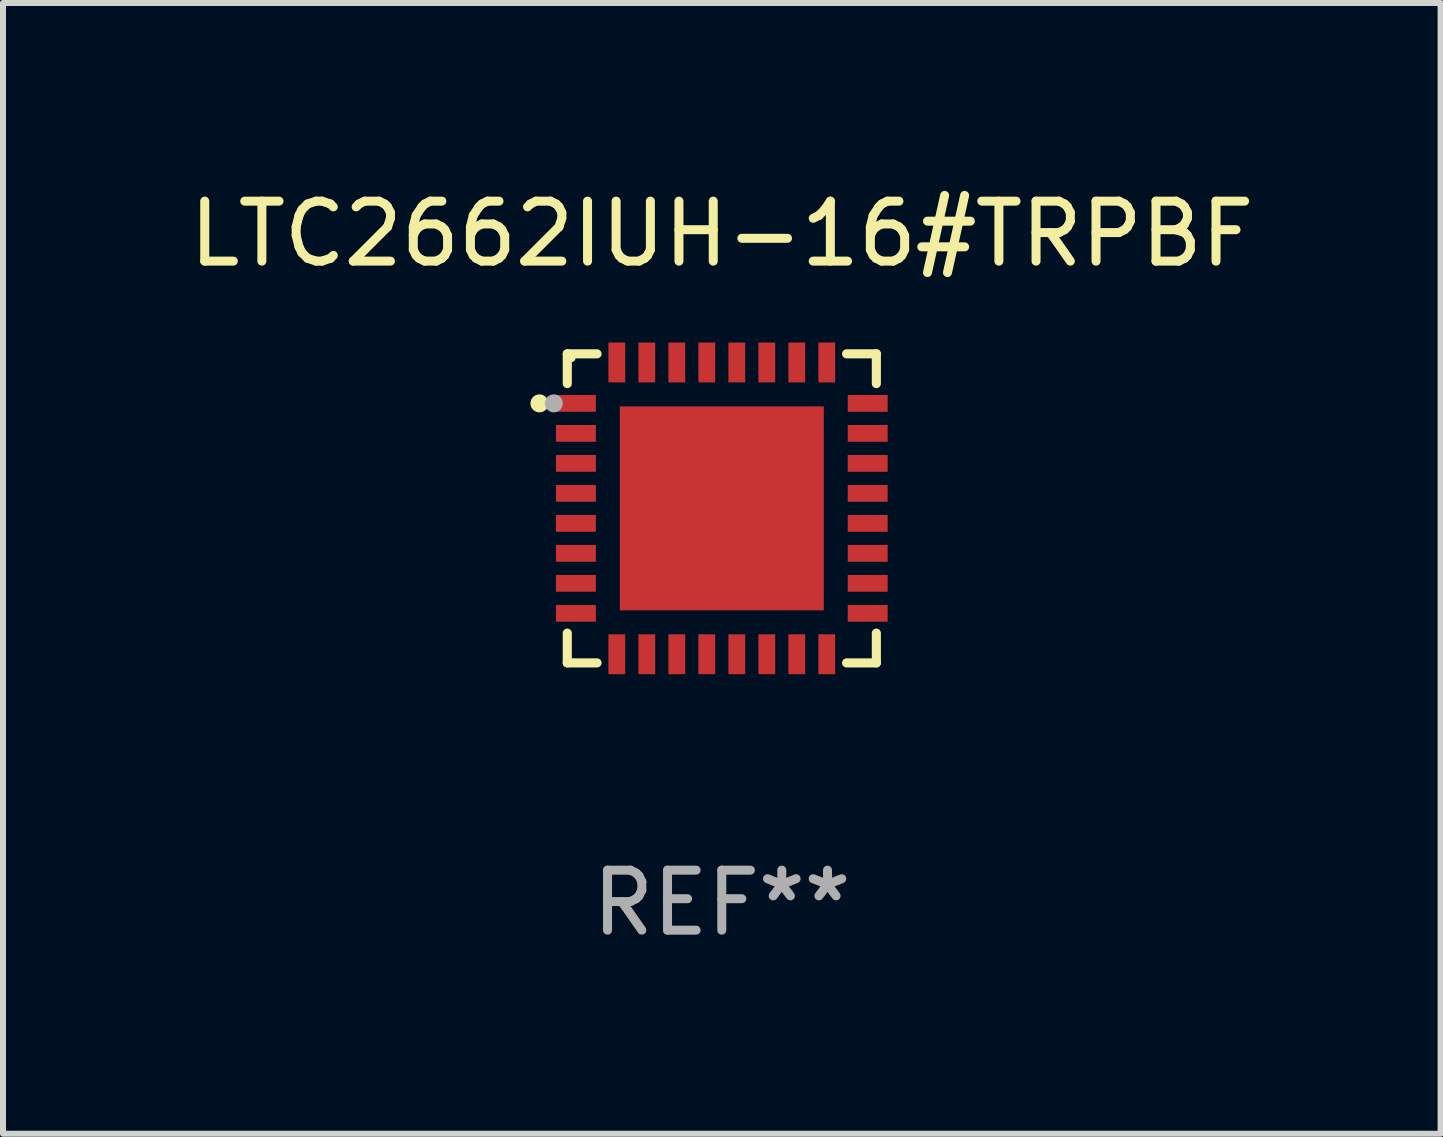
<source format=kicad_pcb>
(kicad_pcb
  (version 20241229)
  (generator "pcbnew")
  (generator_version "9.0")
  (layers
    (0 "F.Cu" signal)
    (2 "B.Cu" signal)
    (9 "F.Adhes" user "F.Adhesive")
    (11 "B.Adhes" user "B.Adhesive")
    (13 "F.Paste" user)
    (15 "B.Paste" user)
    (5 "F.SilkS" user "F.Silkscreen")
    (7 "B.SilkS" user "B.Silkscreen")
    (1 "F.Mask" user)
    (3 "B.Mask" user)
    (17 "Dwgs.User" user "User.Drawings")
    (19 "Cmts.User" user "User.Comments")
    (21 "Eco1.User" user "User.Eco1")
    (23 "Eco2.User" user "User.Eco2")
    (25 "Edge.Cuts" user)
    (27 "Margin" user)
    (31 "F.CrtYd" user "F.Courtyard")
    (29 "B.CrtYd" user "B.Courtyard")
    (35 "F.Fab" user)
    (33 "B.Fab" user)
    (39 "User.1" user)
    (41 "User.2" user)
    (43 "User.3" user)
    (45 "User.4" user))
  (footprint "LTC2662IUH-16#TRPBF"
    (layer "F.Cu")
    (at 8.982 5.424)
    (property "Reference" "LTC2662IUH-16#TRPBF" (at 0 -4.576 0) (layer "F.SilkS") (effects (font (size 1 1) (thickness 0.15))))
    (attr through_hole)
    (fp_line (start -2.576 -2.576) (end -2.576 -2.08) (stroke (width 0.152) (type solid)) (layer "F.SilkS"))
    (fp_line (start -2.576 2.576) (end -2.576 2.08) (stroke (width 0.152) (type solid)) (layer "F.SilkS"))
    (fp_line (start -2.08 -2.576) (end -2.576 -2.576) (stroke (width 0.152) (type solid)) (layer "F.SilkS"))
    (fp_line (start -2.08 2.576) (end -2.576 2.576) (stroke (width 0.152) (type solid)) (layer "F.SilkS"))
    (fp_line (start 2.08 -2.576) (end 2.576 -2.576) (stroke (width 0.152) (type solid)) (layer "F.SilkS"))
    (fp_line (start 2.08 2.576) (end 2.576 2.576) (stroke (width 0.152) (type solid)) (layer "F.SilkS"))
    (fp_line (start 2.576 -2.576) (end 2.576 -2.08) (stroke (width 0.152) (type solid)) (layer "F.SilkS"))
    (fp_line (start 2.576 2.576) (end 2.576 2.08) (stroke (width 0.152) (type solid)) (layer "F.SilkS"))
    (fp_circle (center -3.04 -1.75) (end -2.965 -1.75) (stroke (width 0.15) (type solid)) (fill no) (layer "F.SilkS"))
    (fp_circle (center -2.5 -2.5) (end -2.47 -2.5) (stroke (width 0.06) (type solid)) (fill no) (layer "F.SilkS"))
    (fp_circle (center -2.8 -1.75) (end -2.725 -1.75) (stroke (width 0.15) (type solid)) (fill no) (layer "F.Fab"))
    (fp_text user "REF**" (at 0 6.576 0) (layer "F.Fab") (effects (font (size 1 1) (thickness 0.15))))
    (pad "1" smd rect (at -2.432 -1.75) (size 0.665 0.28) (layers "F.Cu" "F.Mask" "F.Paste"))
    (pad "2" smd rect (at -2.432 -1.25) (size 0.665 0.28) (layers "F.Cu" "F.Mask" "F.Paste"))
    (pad "3" smd rect (at -2.432 -0.75) (size 0.665 0.28) (layers "F.Cu" "F.Mask" "F.Paste"))
    (pad "4" smd rect (at -2.432 -0.25) (size 0.665 0.28) (layers "F.Cu" "F.Mask" "F.Paste"))
    (pad "5" smd rect (at -2.432 0.25) (size 0.665 0.28) (layers "F.Cu" "F.Mask" "F.Paste"))
    (pad "6" smd rect (at -2.432 0.75) (size 0.665 0.28) (layers "F.Cu" "F.Mask" "F.Paste"))
    (pad "7" smd rect (at -2.432 1.25) (size 0.665 0.28) (layers "F.Cu" "F.Mask" "F.Paste"))
    (pad "8" smd rect (at -2.432 1.75) (size 0.665 0.28) (layers "F.Cu" "F.Mask" "F.Paste"))
    (pad "9" smd rect (at -1.75 2.432) (size 0.28 0.665) (layers "F.Cu" "F.Mask" "F.Paste"))
    (pad "10" smd rect (at -1.25 2.432) (size 0.28 0.665) (layers "F.Cu" "F.Mask" "F.Paste"))
    (pad "11" smd rect (at -0.75 2.432) (size 0.28 0.665) (layers "F.Cu" "F.Mask" "F.Paste"))
    (pad "12" smd rect (at -0.25 2.432) (size 0.28 0.665) (layers "F.Cu" "F.Mask" "F.Paste"))
    (pad "13" smd rect (at 0.25 2.432) (size 0.28 0.665) (layers "F.Cu" "F.Mask" "F.Paste"))
    (pad "14" smd rect (at 0.75 2.432) (size 0.28 0.665) (layers "F.Cu" "F.Mask" "F.Paste"))
    (pad "15" smd rect (at 1.25 2.432) (size 0.28 0.665) (layers "F.Cu" "F.Mask" "F.Paste"))
    (pad "16" smd rect (at 1.75 2.432) (size 0.28 0.665) (layers "F.Cu" "F.Mask" "F.Paste"))
    (pad "17" smd rect (at 2.432 1.75) (size 0.665 0.28) (layers "F.Cu" "F.Mask" "F.Paste"))
    (pad "18" smd rect (at 2.432 1.25) (size 0.665 0.28) (layers "F.Cu" "F.Mask" "F.Paste"))
    (pad "19" smd rect (at 2.432 0.75) (size 0.665 0.28) (layers "F.Cu" "F.Mask" "F.Paste"))
    (pad "20" smd rect (at 2.432 0.25) (size 0.665 0.28) (layers "F.Cu" "F.Mask" "F.Paste"))
    (pad "21" smd rect (at 2.432 -0.25) (size 0.665 0.28) (layers "F.Cu" "F.Mask" "F.Paste"))
    (pad "22" smd rect (at 2.432 -0.75) (size 0.665 0.28) (layers "F.Cu" "F.Mask" "F.Paste"))
    (pad "23" smd rect (at 2.432 -1.25) (size 0.665 0.28) (layers "F.Cu" "F.Mask" "F.Paste"))
    (pad "24" smd rect (at 2.432 -1.75) (size 0.665 0.28) (layers "F.Cu" "F.Mask" "F.Paste"))
    (pad "25" smd rect (at 1.75 -2.432) (size 0.28 0.665) (layers "F.Cu" "F.Mask" "F.Paste"))
    (pad "26" smd rect (at 1.25 -2.432) (size 0.28 0.665) (layers "F.Cu" "F.Mask" "F.Paste"))
    (pad "27" smd rect (at 0.75 -2.432) (size 0.28 0.665) (layers "F.Cu" "F.Mask" "F.Paste"))
    (pad "28" smd rect (at 0.25 -2.432) (size 0.28 0.665) (layers "F.Cu" "F.Mask" "F.Paste"))
    (pad "29" smd rect (at -0.25 -2.432) (size 0.28 0.665) (layers "F.Cu" "F.Mask" "F.Paste"))
    (pad "30" smd rect (at -0.75 -2.432) (size 0.28 0.665) (layers "F.Cu" "F.Mask" "F.Paste"))
    (pad "31" smd rect (at -1.25 -2.432) (size 0.28 0.665) (layers "F.Cu" "F.Mask" "F.Paste"))
    (pad "32" smd rect (at -1.75 -2.432) (size 0.28 0.665) (layers "F.Cu" "F.Mask" "F.Paste"))
    (pad "33" smd rect (at 0 0) (size 3.4 3.4) (layers "F.Cu" "F.Mask" "F.Paste")))
  (gr_rect
    (start -3 -3)
    (end 20.964 15.849)
    (stroke (width 0.1) (type default))
    (fill no)
    (layer "Edge.Cuts")))
</source>
